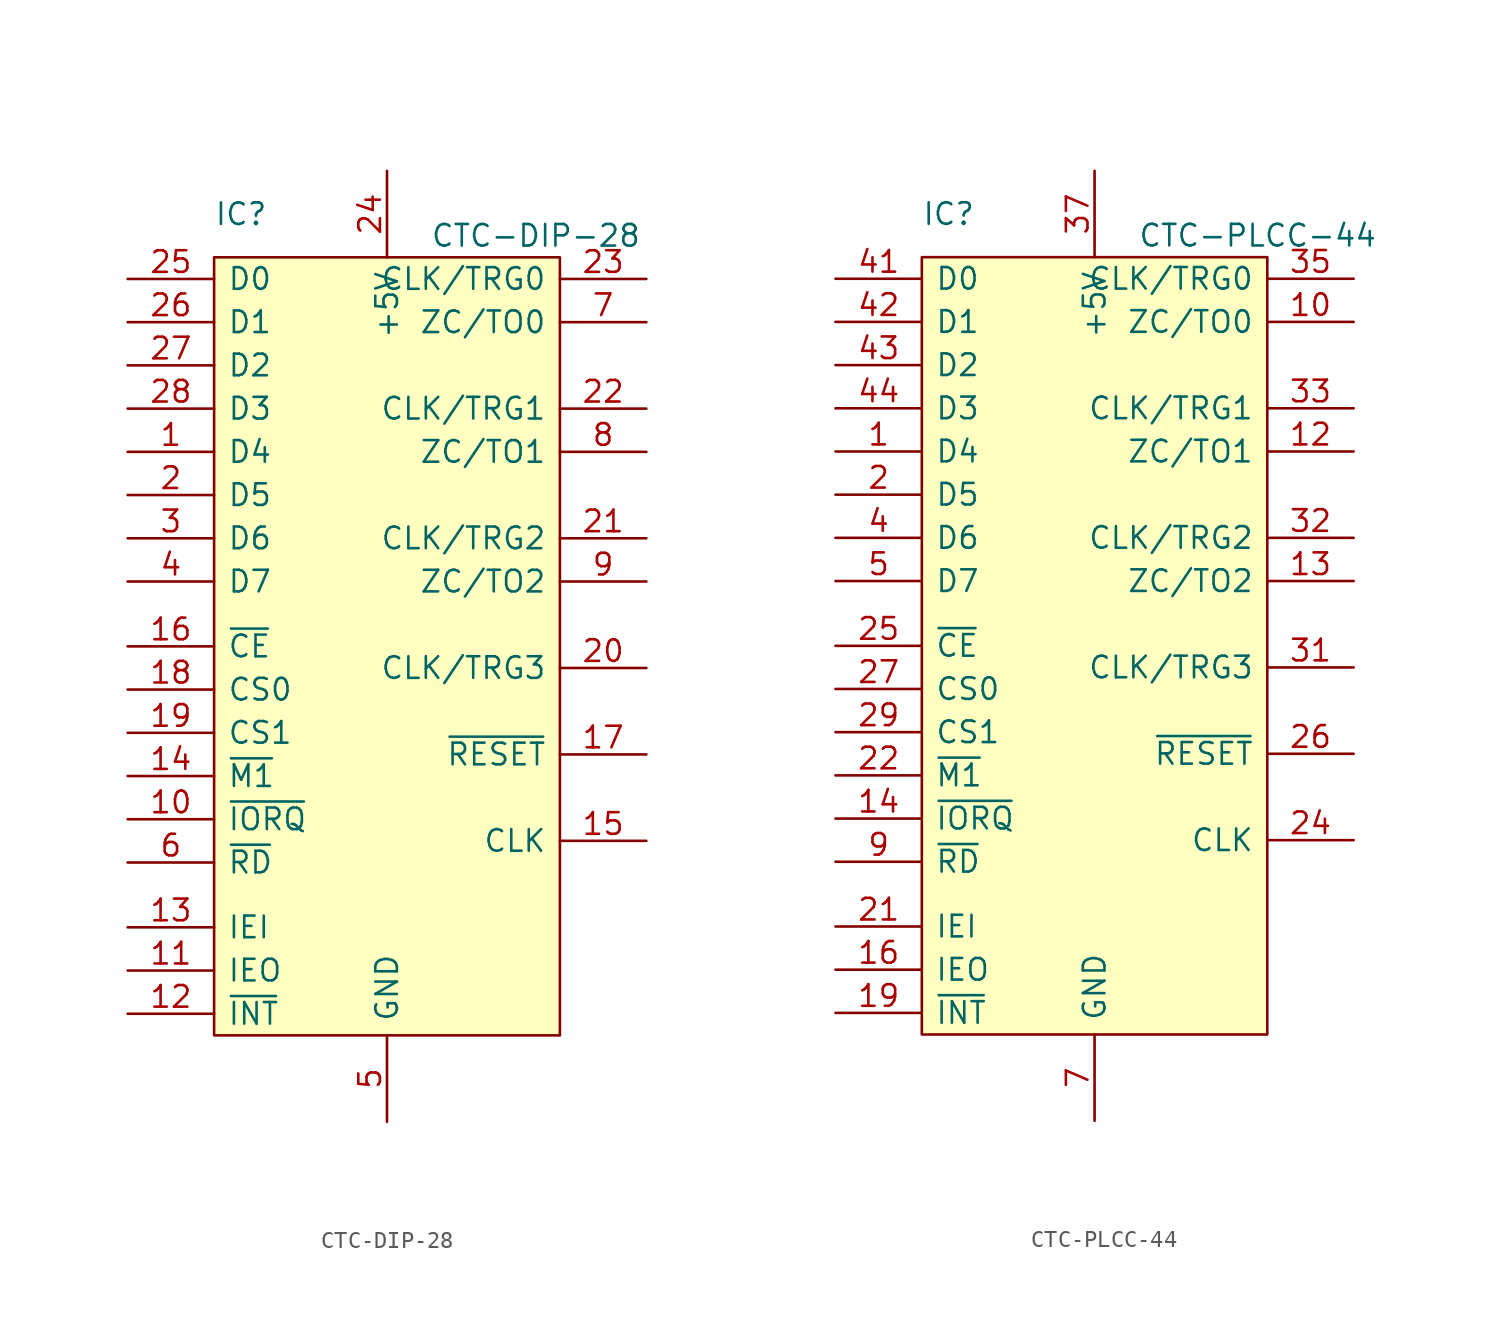
<source format=kicad_sym>
(kicad_symbol_lib
  (version 20211014)
  (generator kicad_symbol_editor)
  (symbol "CTC-DIP-28"
    (pin_names
      (offset 0.762))
    (property "Reference" "IC"
      (at 0 2.54 0)
      (effects (font (size 1.27 1.27)) (justify left)))
    (property "Value" "CTC-DIP-28"
      (at 12.7 1.27 0)
      (effects (font (size 1.27 1.27)) (justify left)))
    (symbol "CTC-DIP-28_0_0"
      (pin bidirectional line (at -5.08 -11.43 0) (length 5.08) (name "D4" (effects (font (size 1.27 1.27)))) (number "1" (effects (font (size 1.27 1.27)))))
      (pin input line (at -5.08 -33.02 0) (length 5.08) (name "~{IORQ}" (effects (font (size 1.27 1.27)))) (number "10" (effects (font (size 1.27 1.27)))))
      (pin output line (at -5.08 -41.91 0) (length 5.08) (name "IEO" (effects (font (size 1.27 1.27)))) (number "11" (effects (font (size 1.27 1.27)))))
      (pin open_collector line (at -5.08 -44.45 0) (length 5.08) (name "~{INT}" (effects (font (size 1.27 1.27)))) (number "12" (effects (font (size 1.27 1.27)))))
      (pin input line (at -5.08 -39.37 0) (length 5.08) (name "IEI" (effects (font (size 1.27 1.27)))) (number "13" (effects (font (size 1.27 1.27)))))
      (pin input line (at -5.08 -30.48 0) (length 5.08) (name "~{M1}" (effects (font (size 1.27 1.27)))) (number "14" (effects (font (size 1.27 1.27)))))
      (pin input line (at 25.4 -34.29 180) (length 5.08) (name "CLK" (effects (font (size 1.27 1.27)))) (number "15" (effects (font (size 1.27 1.27)))))
      (pin input line (at -5.08 -22.86 0) (length 5.08) (name "~{CE}" (effects (font (size 1.27 1.27)))) (number "16" (effects (font (size 1.27 1.27)))))
      (pin input line (at 25.4 -29.21 180) (length 5.08) (name "~{RESET}" (effects (font (size 1.27 1.27)))) (number "17" (effects (font (size 1.27 1.27)))))
      (pin input line (at -5.08 -25.4 0) (length 5.08) (name "CS0" (effects (font (size 1.27 1.27)))) (number "18" (effects (font (size 1.27 1.27)))))
      (pin input line (at -5.08 -27.94 0) (length 5.08) (name "CS1" (effects (font (size 1.27 1.27)))) (number "19" (effects (font (size 1.27 1.27)))))
      (pin bidirectional line (at -5.08 -13.97 0) (length 5.08) (name "D5" (effects (font (size 1.27 1.27)))) (number "2" (effects (font (size 1.27 1.27)))))
      (pin input line (at 25.4 -24.13 180) (length 5.08) (name "CLK/TRG3" (effects (font (size 1.27 1.27)))) (number "20" (effects (font (size 1.27 1.27)))))
      (pin input line (at 25.4 -16.51 180) (length 5.08) (name "CLK/TRG2" (effects (font (size 1.27 1.27)))) (number "21" (effects (font (size 1.27 1.27)))))
      (pin input line (at 25.4 -8.89 180) (length 5.08) (name "CLK/TRG1" (effects (font (size 1.27 1.27)))) (number "22" (effects (font (size 1.27 1.27)))))
      (pin input line (at 25.4 -1.27 180) (length 5.08) (name "CLK/TRG0" (effects (font (size 1.27 1.27)))) (number "23" (effects (font (size 1.27 1.27)))))
      (pin power_in line (at 10.16 5.08 270) (length 5.08) (name "+5V" (effects (font (size 1.27 1.27)))) (number "24" (effects (font (size 1.27 1.27)))))
      (pin bidirectional line (at -5.08 -1.27 0) (length 5.08) (name "D0" (effects (font (size 1.27 1.27)))) (number "25" (effects (font (size 1.27 1.27)))))
      (pin bidirectional line (at -5.08 -3.81 0) (length 5.08) (name "D1" (effects (font (size 1.27 1.27)))) (number "26" (effects (font (size 1.27 1.27)))))
      (pin bidirectional line (at -5.08 -6.35 0) (length 5.08) (name "D2" (effects (font (size 1.27 1.27)))) (number "27" (effects (font (size 1.27 1.27)))))
      (pin bidirectional line (at -5.08 -8.89 0) (length 5.08) (name "D3" (effects (font (size 1.27 1.27)))) (number "28" (effects (font (size 1.27 1.27)))))
      (pin bidirectional line (at -5.08 -16.51 0) (length 5.08) (name "D6" (effects (font (size 1.27 1.27)))) (number "3" (effects (font (size 1.27 1.27)))))
      (pin bidirectional line (at -5.08 -19.05 0) (length 5.08) (name "D7" (effects (font (size 1.27 1.27)))) (number "4" (effects (font (size 1.27 1.27)))))
      (pin power_in line (at 10.16 -50.8 90) (length 5.08) (name "GND" (effects (font (size 1.27 1.27)))) (number "5" (effects (font (size 1.27 1.27)))))
      (pin input line (at -5.08 -35.56 0) (length 5.08) (name "~{RD}" (effects (font (size 1.27 1.27)))) (number "6" (effects (font (size 1.27 1.27)))))
      (pin output line (at 25.4 -3.81 180) (length 5.08) (name "ZC/TO0" (effects (font (size 1.27 1.27)))) (number "7" (effects (font (size 1.27 1.27)))))
      (pin output line (at 25.4 -11.43 180) (length 5.08) (name "ZC/TO1" (effects (font (size 1.27 1.27)))) (number "8" (effects (font (size 1.27 1.27)))))
      (pin output line (at 25.4 -19.05 180) (length 5.08) (name "ZC/TO2" (effects (font (size 1.27 1.27)))) (number "9" (effects (font (size 1.27 1.27))))))
    (symbol "CTC-DIP-28_0_1"
      (rectangle (start 0 0) (end 20.32 -45.72) (stroke (width 0) (type default) (color 0 0 0 0)) (fill (type background)))))
  (symbol "CTC-PLCC-44"
    (pin_names
      (offset 0.762))
    (property "Reference" "IC"
      (at 0 2.54 0)
      (effects (font (size 1.27 1.27)) (justify left)))
    (property "Value" "CTC-PLCC-44"
      (at 12.7 1.27 0)
      (effects (font (size 1.27 1.27)) (justify left)))
    (symbol "CTC-PLCC-44_0_0"
      (pin bidirectional line (at -5.08 -11.43 0) (length 5.08) (name "D4" (effects (font (size 1.27 1.27)))) (number "1" (effects (font (size 1.27 1.27)))))
      (pin output line (at 25.4 -3.81 180) (length 5.08) (name "ZC/TO0" (effects (font (size 1.27 1.27)))) (number "10" (effects (font (size 1.27 1.27)))))
      (pin no_connect line (at 12.7 -12.7 0) (length 2.54) hide (name "NC" (effects (font (size 1.27 1.27)))) (number "11" (effects (font (size 1.27 1.27)))))
      (pin output line (at 25.4 -11.43 180) (length 5.08) (name "ZC/TO1" (effects (font (size 1.27 1.27)))) (number "12" (effects (font (size 1.27 1.27)))))
      (pin output line (at 25.4 -19.05 180) (length 5.08) (name "ZC/TO2" (effects (font (size 1.27 1.27)))) (number "13" (effects (font (size 1.27 1.27)))))
      (pin input line (at -5.08 -33.02 0) (length 5.08) (name "~{IORQ}" (effects (font (size 1.27 1.27)))) (number "14" (effects (font (size 1.27 1.27)))))
      (pin no_connect line (at 12.7 -15.24 0) (length 2.54) hide (name "NC" (effects (font (size 1.27 1.27)))) (number "15" (effects (font (size 1.27 1.27)))))
      (pin output line (at -5.08 -41.91 0) (length 5.08) (name "IEO" (effects (font (size 1.27 1.27)))) (number "16" (effects (font (size 1.27 1.27)))))
      (pin no_connect line (at 12.7 -17.78 0) (length 2.54) hide (name "NC" (effects (font (size 1.27 1.27)))) (number "17" (effects (font (size 1.27 1.27)))))
      (pin no_connect line (at 12.7 -20.32 0) (length 2.54) hide (name "NC" (effects (font (size 1.27 1.27)))) (number "18" (effects (font (size 1.27 1.27)))))
      (pin open_collector line (at -5.08 -44.45 0) (length 5.08) (name "~{INT}" (effects (font (size 1.27 1.27)))) (number "19" (effects (font (size 1.27 1.27)))))
      (pin bidirectional line (at -5.08 -13.97 0) (length 5.08) (name "D5" (effects (font (size 1.27 1.27)))) (number "2" (effects (font (size 1.27 1.27)))))
      (pin no_connect line (at 12.7 -22.86 0) (length 2.54) hide (name "NC" (effects (font (size 1.27 1.27)))) (number "20" (effects (font (size 1.27 1.27)))))
      (pin input line (at -5.08 -39.37 0) (length 5.08) (name "IEI" (effects (font (size 1.27 1.27)))) (number "21" (effects (font (size 1.27 1.27)))))
      (pin input line (at -5.08 -30.48 0) (length 5.08) (name "~{M1}" (effects (font (size 1.27 1.27)))) (number "22" (effects (font (size 1.27 1.27)))))
      (pin no_connect line (at 12.7 -25.4 0) (length 2.54) hide (name "NC" (effects (font (size 1.27 1.27)))) (number "23" (effects (font (size 1.27 1.27)))))
      (pin input line (at 25.4 -34.29 180) (length 5.08) (name "CLK" (effects (font (size 1.27 1.27)))) (number "24" (effects (font (size 1.27 1.27)))))
      (pin input line (at -5.08 -22.86 0) (length 5.08) (name "~{CE}" (effects (font (size 1.27 1.27)))) (number "25" (effects (font (size 1.27 1.27)))))
      (pin input line (at 25.4 -29.21 180) (length 5.08) (name "~{RESET}" (effects (font (size 1.27 1.27)))) (number "26" (effects (font (size 1.27 1.27)))))
      (pin input line (at -5.08 -25.4 0) (length 5.08) (name "CS0" (effects (font (size 1.27 1.27)))) (number "27" (effects (font (size 1.27 1.27)))))
      (pin no_connect line (at 12.7 -27.94 0) (length 2.54) hide (name "NC" (effects (font (size 1.27 1.27)))) (number "28" (effects (font (size 1.27 1.27)))))
      (pin input line (at -5.08 -27.94 0) (length 5.08) (name "CS1" (effects (font (size 1.27 1.27)))) (number "29" (effects (font (size 1.27 1.27)))))
      (pin no_connect line (at 12.7 -5.08 0) (length 2.54) hide (name "NC" (effects (font (size 1.27 1.27)))) (number "3" (effects (font (size 1.27 1.27)))))
      (pin no_connect line (at 12.7 -30.48 0) (length 2.54) hide (name "NC" (effects (font (size 1.27 1.27)))) (number "30" (effects (font (size 1.27 1.27)))))
      (pin input line (at 25.4 -24.13 180) (length 5.08) (name "CLK/TRG3" (effects (font (size 1.27 1.27)))) (number "31" (effects (font (size 1.27 1.27)))))
      (pin input line (at 25.4 -16.51 180) (length 5.08) (name "CLK/TRG2" (effects (font (size 1.27 1.27)))) (number "32" (effects (font (size 1.27 1.27)))))
      (pin input line (at 25.4 -8.89 180) (length 5.08) (name "CLK/TRG1" (effects (font (size 1.27 1.27)))) (number "33" (effects (font (size 1.27 1.27)))))
      (pin no_connect line (at 12.7 -33.02 0) (length 2.54) hide (name "NC" (effects (font (size 1.27 1.27)))) (number "34" (effects (font (size 1.27 1.27)))))
      (pin input line (at 25.4 -1.27 180) (length 5.08) (name "CLK/TRG0" (effects (font (size 1.27 1.27)))) (number "35" (effects (font (size 1.27 1.27)))))
      (pin no_connect line (at 12.7 -43.18 0) (length 2.54) hide (name "NC" (effects (font (size 1.27 1.27)))) (number "36" (effects (font (size 1.27 1.27)))))
      (pin power_in line (at 10.16 5.08 270) (length 5.08) (name "+5V" (effects (font (size 1.27 1.27)))) (number "37" (effects (font (size 1.27 1.27)))))
      (pin no_connect line (at 12.7 -35.56 0) (length 2.54) hide (name "NC" (effects (font (size 1.27 1.27)))) (number "38" (effects (font (size 1.27 1.27)))))
      (pin no_connect line (at 12.7 -40.64 0) (length 2.54) hide (name "NC" (effects (font (size 1.27 1.27)))) (number "39" (effects (font (size 1.27 1.27)))))
      (pin bidirectional line (at -5.08 -16.51 0) (length 5.08) (name "D6" (effects (font (size 1.27 1.27)))) (number "4" (effects (font (size 1.27 1.27)))))
      (pin no_connect line (at 12.7 -38.1 0) (length 2.54) hide (name "NC" (effects (font (size 1.27 1.27)))) (number "40" (effects (font (size 1.27 1.27)))))
      (pin bidirectional line (at -5.08 -1.27 0) (length 5.08) (name "D0" (effects (font (size 1.27 1.27)))) (number "41" (effects (font (size 1.27 1.27)))))
      (pin bidirectional line (at -5.08 -3.81 0) (length 5.08) (name "D1" (effects (font (size 1.27 1.27)))) (number "42" (effects (font (size 1.27 1.27)))))
      (pin bidirectional line (at -5.08 -6.35 0) (length 5.08) (name "D2" (effects (font (size 1.27 1.27)))) (number "43" (effects (font (size 1.27 1.27)))))
      (pin bidirectional line (at -5.08 -8.89 0) (length 5.08) (name "D3" (effects (font (size 1.27 1.27)))) (number "44" (effects (font (size 1.27 1.27)))))
      (pin bidirectional line (at -5.08 -19.05 0) (length 5.08) (name "D7" (effects (font (size 1.27 1.27)))) (number "5" (effects (font (size 1.27 1.27)))))
      (pin no_connect line (at 12.7 -7.62 0) (length 2.54) hide (name "NC" (effects (font (size 1.27 1.27)))) (number "6" (effects (font (size 1.27 1.27)))))
      (pin power_in line (at 10.16 -50.8 90) (length 5.08) (name "GND" (effects (font (size 1.27 1.27)))) (number "7" (effects (font (size 1.27 1.27)))))
      (pin no_connect line (at 12.7 -10.16 0) (length 2.54) hide (name "NC" (effects (font (size 1.27 1.27)))) (number "8" (effects (font (size 1.27 1.27)))))
      (pin input line (at -5.08 -35.56 0) (length 5.08) (name "~{RD}" (effects (font (size 1.27 1.27)))) (number "9" (effects (font (size 1.27 1.27))))))
    (symbol "CTC-PLCC-44_0_1"
      (rectangle (start 0 0) (end 20.32 -45.72) (stroke (width 0) (type default) (color 0 0 0 0)) (fill (type background))))))
</source>
